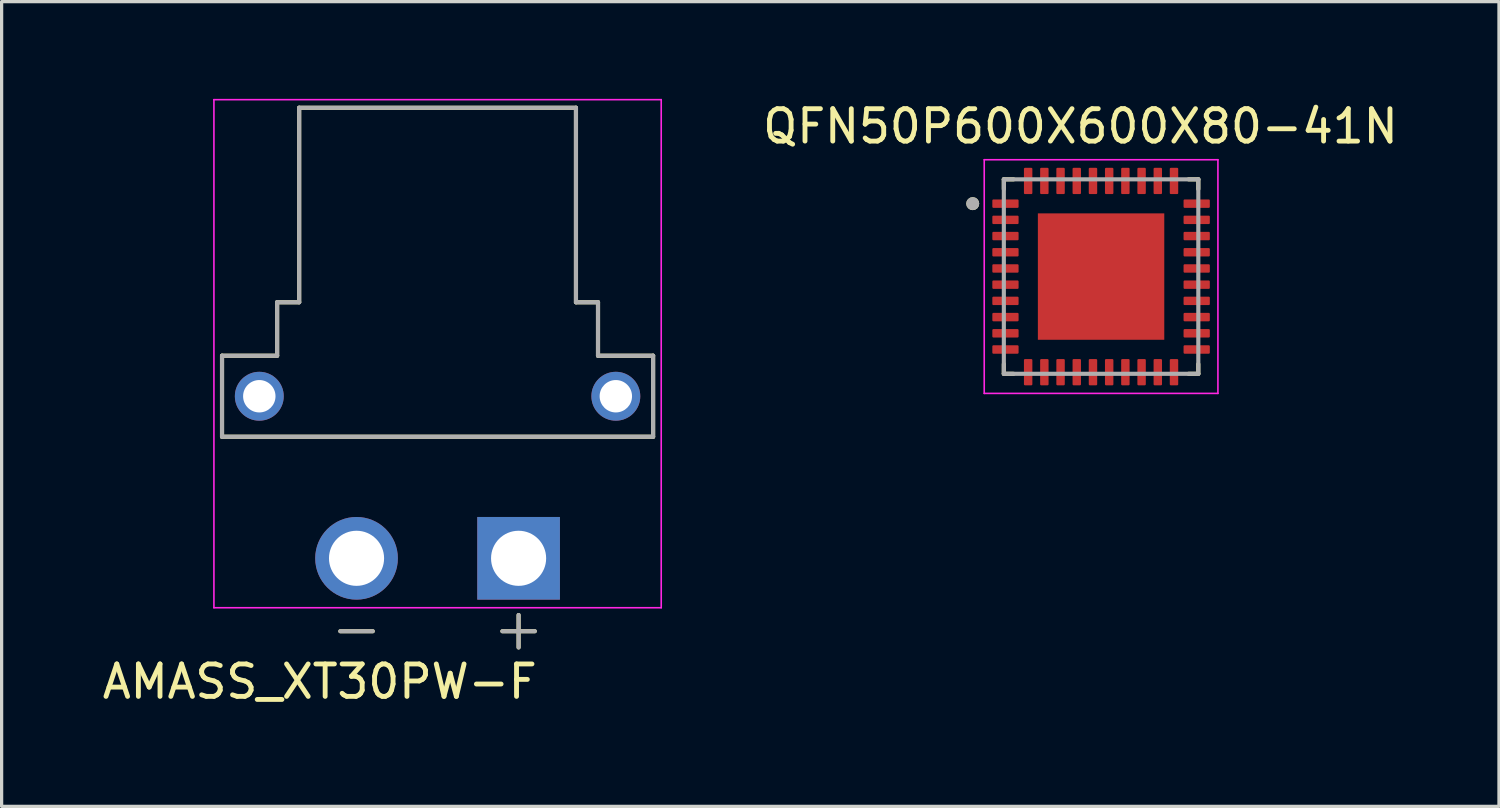
<source format=kicad_pcb>
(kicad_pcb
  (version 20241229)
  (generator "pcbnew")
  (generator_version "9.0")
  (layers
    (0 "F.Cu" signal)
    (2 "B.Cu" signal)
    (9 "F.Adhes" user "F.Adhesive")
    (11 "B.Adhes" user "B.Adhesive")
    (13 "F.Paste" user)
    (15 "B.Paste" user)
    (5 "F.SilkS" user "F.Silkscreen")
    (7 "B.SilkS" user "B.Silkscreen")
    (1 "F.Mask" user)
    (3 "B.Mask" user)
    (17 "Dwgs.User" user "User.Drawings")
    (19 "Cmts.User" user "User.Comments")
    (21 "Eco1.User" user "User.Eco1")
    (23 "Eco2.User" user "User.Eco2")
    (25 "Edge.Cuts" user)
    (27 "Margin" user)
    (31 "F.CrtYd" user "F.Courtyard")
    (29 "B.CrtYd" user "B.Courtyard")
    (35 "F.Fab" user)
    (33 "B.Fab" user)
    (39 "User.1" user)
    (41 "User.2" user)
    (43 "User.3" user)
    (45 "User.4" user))
  (footprint "AMASS_XT30PW-F"
    (layer "F.Cu")
    (at 10.45 9.175)
    (property "Reference" "AMASS_XT30PW-F" (at -3.635 8.805 0) (layer "F.SilkS") (effects (font (size 1 1) (thickness 0.15))))
    (attr through_hole)
    (fp_line (start -6.65 -1.25) (end -4.95 -1.25) (stroke (width 0.127) (type solid)) (layer "F.SilkS"))
    (fp_line (start -6.65 1.25) (end -6.65 -1.25) (stroke (width 0.127) (type solid)) (layer "F.SilkS"))
    (fp_line (start -4.95 -2.9) (end -4.27 -2.9) (stroke (width 0.127) (type solid)) (layer "F.SilkS"))
    (fp_line (start -4.95 -1.25) (end -4.95 -2.9) (stroke (width 0.127) (type solid)) (layer "F.SilkS"))
    (fp_line (start -4.27 -8.9) (end 4.27 -8.9) (stroke (width 0.127) (type solid)) (layer "F.SilkS"))
    (fp_line (start -4.27 -2.9) (end -4.27 -8.9) (stroke (width 0.127) (type solid)) (layer "F.SilkS"))
    (fp_line (start -3 7.25) (end -2 7.25) (stroke (width 0.127) (type solid)) (layer "F.SilkS"))
    (fp_line (start 2 7.25) (end 3 7.25) (stroke (width 0.127) (type solid)) (layer "F.SilkS"))
    (fp_line (start 2.5 6.75) (end 2.5 7.75) (stroke (width 0.127) (type solid)) (layer "F.SilkS"))
    (fp_line (start 4.27 -2.9) (end 4.27 -8.9) (stroke (width 0.127) (type solid)) (layer "F.SilkS"))
    (fp_line (start 4.95 -2.9) (end 4.27 -2.9) (stroke (width 0.127) (type solid)) (layer "F.SilkS"))
    (fp_line (start 4.95 -1.25) (end 4.95 -2.9) (stroke (width 0.127) (type solid)) (layer "F.SilkS"))
    (fp_line (start 6.65 -1.25) (end 4.95 -1.25) (stroke (width 0.127) (type solid)) (layer "F.SilkS"))
    (fp_line (start 6.65 1.25) (end -6.65 1.25) (stroke (width 0.127) (type solid)) (layer "F.SilkS"))
    (fp_line (start 6.65 1.25) (end 6.65 -1.25) (stroke (width 0.127) (type solid)) (layer "F.SilkS"))
    (fp_line (start -6.9 -9.15) (end 6.9 -9.15) (stroke (width 0.05) (type solid)) (layer "F.CrtYd"))
    (fp_line (start -6.9 6.525) (end -6.9 -9.15) (stroke (width 0.05) (type solid)) (layer "F.CrtYd"))
    (fp_line (start 6.9 -9.15) (end 6.9 6.525) (stroke (width 0.05) (type solid)) (layer "F.CrtYd"))
    (fp_line (start 6.9 6.525) (end -6.9 6.525) (stroke (width 0.05) (type solid)) (layer "F.CrtYd"))
    (fp_line (start -6.65 -1.25) (end -4.95 -1.25) (stroke (width 0.127) (type solid)) (layer "F.Fab"))
    (fp_line (start -6.65 1.25) (end -6.65 -1.25) (stroke (width 0.127) (type solid)) (layer "F.Fab"))
    (fp_line (start -4.95 -2.9) (end -4.27 -2.9) (stroke (width 0.127) (type solid)) (layer "F.Fab"))
    (fp_line (start -4.95 -1.25) (end -4.95 -2.9) (stroke (width 0.127) (type solid)) (layer "F.Fab"))
    (fp_line (start -4.27 -8.9) (end 4.27 -8.9) (stroke (width 0.127) (type solid)) (layer "F.Fab"))
    (fp_line (start -4.27 -2.9) (end -4.27 -8.9) (stroke (width 0.127) (type solid)) (layer "F.Fab"))
    (fp_line (start -3 7.25) (end -2 7.25) (stroke (width 0.127) (type solid)) (layer "F.Fab"))
    (fp_line (start 2 7.25) (end 3 7.25) (stroke (width 0.127) (type solid)) (layer "F.Fab"))
    (fp_line (start 2.5 6.75) (end 2.5 7.75) (stroke (width 0.127) (type solid)) (layer "F.Fab"))
    (fp_line (start 4.27 -2.9) (end 4.27 -8.9) (stroke (width 0.127) (type solid)) (layer "F.Fab"))
    (fp_line (start 4.95 -2.9) (end 4.27 -2.9) (stroke (width 0.127) (type solid)) (layer "F.Fab"))
    (fp_line (start 4.95 -1.25) (end 4.95 -2.9) (stroke (width 0.127) (type solid)) (layer "F.Fab"))
    (fp_line (start 6.65 -1.25) (end 4.95 -1.25) (stroke (width 0.127) (type solid)) (layer "F.Fab"))
    (fp_line (start 6.65 1.25) (end -6.65 1.25) (stroke (width 0.127) (type solid)) (layer "F.Fab"))
    (fp_line (start 6.65 1.25) (end 6.65 -1.25) (stroke (width 0.127) (type solid)) (layer "F.Fab"))
    (pad "N" thru_hole circle (at -2.5 5) (size 2.55 2.55) (drill 1.7) (layers "*.Cu" "*.Mask"))
    (pad "P" thru_hole rect (at 2.5 5) (size 2.55 2.55) (drill 1.7) (layers "*.Cu" "*.Mask"))
    (pad "S1" thru_hole circle (at 5.5 0) (size 1.508 1.508) (drill 1) (layers "*.Cu" "*.Mask"))
    (pad "S2" thru_hole circle (at -5.5 0) (size 1.508 1.508) (drill 1) (layers "*.Cu" "*.Mask")))
  (footprint "QFN50P600X600X80-41N"
    (layer "F.Cu")
    (at 30.921 5.483)
    (property "Reference" "QFN50P600X600X80-41N" (at -0.635 -4.635 0) (layer "F.SilkS") (effects (font (size 1 1) (thickness 0.15))))
    (attr smd)
    (fp_line (start -3 -3) (end -3 -2.7) (stroke (width 0.127) (type solid)) (layer "F.SilkS"))
    (fp_line (start -3 -3) (end -2.7 -3) (stroke (width 0.127) (type solid)) (layer "F.SilkS"))
    (fp_line (start -3 3) (end -3 2.7) (stroke (width 0.127) (type solid)) (layer "F.SilkS"))
    (fp_line (start -3 3) (end -2.7 3) (stroke (width 0.127) (type solid)) (layer "F.SilkS"))
    (fp_line (start 3 -3) (end 2.7 -3) (stroke (width 0.127) (type solid)) (layer "F.SilkS"))
    (fp_line (start 3 -3) (end 3 -2.7) (stroke (width 0.127) (type solid)) (layer "F.SilkS"))
    (fp_line (start 3 3) (end 2.7 3) (stroke (width 0.127) (type solid)) (layer "F.SilkS"))
    (fp_line (start 3 3) (end 3 2.7) (stroke (width 0.127) (type solid)) (layer "F.SilkS"))
    (fp_circle (center -3.96 -2.25) (end -3.86 -2.25) (stroke (width 0.2) (type solid)) (fill no) (layer "F.SilkS"))
    (fp_poly (pts (xy -1.23 -1.23) (xy 1.23 -1.23) (xy 1.23 1.23) (xy -1.23 1.23)) (stroke (width 0.01) (type solid)) (fill yes) (layer "F.Paste"))
    (fp_line (start -3.605 -3.605) (end 3.605 -3.605) (stroke (width 0.05) (type solid)) (layer "F.CrtYd"))
    (fp_line (start -3.605 3.605) (end -3.605 -3.605) (stroke (width 0.05) (type solid)) (layer "F.CrtYd"))
    (fp_line (start -3.605 3.605) (end 3.605 3.605) (stroke (width 0.05) (type solid)) (layer "F.CrtYd"))
    (fp_line (start 3.605 3.605) (end 3.605 -3.605) (stroke (width 0.05) (type solid)) (layer "F.CrtYd"))
    (fp_line (start -3 3) (end -3 -3) (stroke (width 0.127) (type solid)) (layer "F.Fab"))
    (fp_line (start 3 -3) (end -3 -3) (stroke (width 0.127) (type solid)) (layer "F.Fab"))
    (fp_line (start 3 3) (end -3 3) (stroke (width 0.127) (type solid)) (layer "F.Fab"))
    (fp_line (start 3 3) (end 3 -3) (stroke (width 0.127) (type solid)) (layer "F.Fab"))
    (fp_circle (center -3.96 -2.25) (end -3.86 -2.25) (stroke (width 0.2) (type solid)) (fill no) (layer "F.Fab"))
    (pad "1" smd roundrect (at -2.95 -2.25) (size 0.81 0.26) (layers "F.Cu" "F.Mask" "F.Paste") (roundrect_rratio 0.125))
    (pad "2" smd roundrect (at -2.95 -1.75) (size 0.81 0.26) (layers "F.Cu" "F.Mask" "F.Paste") (roundrect_rratio 0.125))
    (pad "3" smd roundrect (at -2.95 -1.25) (size 0.81 0.26) (layers "F.Cu" "F.Mask" "F.Paste") (roundrect_rratio 0.125))
    (pad "4" smd roundrect (at -2.95 -0.75) (size 0.81 0.26) (layers "F.Cu" "F.Mask" "F.Paste") (roundrect_rratio 0.125))
    (pad "5" smd roundrect (at -2.95 -0.25) (size 0.81 0.26) (layers "F.Cu" "F.Mask" "F.Paste") (roundrect_rratio 0.125))
    (pad "6" smd roundrect (at -2.95 0.25) (size 0.81 0.26) (layers "F.Cu" "F.Mask" "F.Paste") (roundrect_rratio 0.125))
    (pad "7" smd roundrect (at -2.95 0.75) (size 0.81 0.26) (layers "F.Cu" "F.Mask" "F.Paste") (roundrect_rratio 0.125))
    (pad "8" smd roundrect (at -2.95 1.25) (size 0.81 0.26) (layers "F.Cu" "F.Mask" "F.Paste") (roundrect_rratio 0.125))
    (pad "9" smd roundrect (at -2.95 1.75) (size 0.81 0.26) (layers "F.Cu" "F.Mask" "F.Paste") (roundrect_rratio 0.125))
    (pad "10" smd roundrect (at -2.95 2.25) (size 0.81 0.26) (layers "F.Cu" "F.Mask" "F.Paste") (roundrect_rratio 0.125))
    (pad "11" smd roundrect (at -2.25 2.95) (size 0.26 0.81) (layers "F.Cu" "F.Mask" "F.Paste") (roundrect_rratio 0.125))
    (pad "12" smd roundrect (at -1.75 2.95) (size 0.26 0.81) (layers "F.Cu" "F.Mask" "F.Paste") (roundrect_rratio 0.125))
    (pad "13" smd roundrect (at -1.25 2.95) (size 0.26 0.81) (layers "F.Cu" "F.Mask" "F.Paste") (roundrect_rratio 0.125))
    (pad "14" smd roundrect (at -0.75 2.95) (size 0.26 0.81) (layers "F.Cu" "F.Mask" "F.Paste") (roundrect_rratio 0.125))
    (pad "15" smd roundrect (at -0.25 2.95) (size 0.26 0.81) (layers "F.Cu" "F.Mask" "F.Paste") (roundrect_rratio 0.125))
    (pad "16" smd roundrect (at 0.25 2.95) (size 0.26 0.81) (layers "F.Cu" "F.Mask" "F.Paste") (roundrect_rratio 0.125))
    (pad "17" smd roundrect (at 0.75 2.95) (size 0.26 0.81) (layers "F.Cu" "F.Mask" "F.Paste") (roundrect_rratio 0.125))
    (pad "18" smd roundrect (at 1.25 2.95) (size 0.26 0.81) (layers "F.Cu" "F.Mask" "F.Paste") (roundrect_rratio 0.125))
    (pad "19" smd roundrect (at 1.75 2.95) (size 0.26 0.81) (layers "F.Cu" "F.Mask" "F.Paste") (roundrect_rratio 0.125))
    (pad "20" smd roundrect (at 2.25 2.95) (size 0.26 0.81) (layers "F.Cu" "F.Mask" "F.Paste") (roundrect_rratio 0.125))
    (pad "21" smd roundrect (at 2.95 2.25) (size 0.81 0.26) (layers "F.Cu" "F.Mask" "F.Paste") (roundrect_rratio 0.125))
    (pad "22" smd roundrect (at 2.95 1.75) (size 0.81 0.26) (layers "F.Cu" "F.Mask" "F.Paste") (roundrect_rratio 0.125))
    (pad "23" smd roundrect (at 2.95 1.25) (size 0.81 0.26) (layers "F.Cu" "F.Mask" "F.Paste") (roundrect_rratio 0.125))
    (pad "24" smd roundrect (at 2.95 0.75) (size 0.81 0.26) (layers "F.Cu" "F.Mask" "F.Paste") (roundrect_rratio 0.125))
    (pad "25" smd roundrect (at 2.95 0.25) (size 0.81 0.26) (layers "F.Cu" "F.Mask" "F.Paste") (roundrect_rratio 0.125))
    (pad "26" smd roundrect (at 2.95 -0.25) (size 0.81 0.26) (layers "F.Cu" "F.Mask" "F.Paste") (roundrect_rratio 0.125))
    (pad "27" smd roundrect (at 2.95 -0.75) (size 0.81 0.26) (layers "F.Cu" "F.Mask" "F.Paste") (roundrect_rratio 0.125))
    (pad "28" smd roundrect (at 2.95 -1.25) (size 0.81 0.26) (layers "F.Cu" "F.Mask" "F.Paste") (roundrect_rratio 0.125))
    (pad "29" smd roundrect (at 2.95 -1.75) (size 0.81 0.26) (layers "F.Cu" "F.Mask" "F.Paste") (roundrect_rratio 0.125))
    (pad "30" smd roundrect (at 2.95 -2.25) (size 0.81 0.26) (layers "F.Cu" "F.Mask" "F.Paste") (roundrect_rratio 0.125))
    (pad "31" smd roundrect (at 2.25 -2.95) (size 0.26 0.81) (layers "F.Cu" "F.Mask" "F.Paste") (roundrect_rratio 0.125))
    (pad "32" smd roundrect (at 1.75 -2.95) (size 0.26 0.81) (layers "F.Cu" "F.Mask" "F.Paste") (roundrect_rratio 0.125))
    (pad "33" smd roundrect (at 1.25 -2.95) (size 0.26 0.81) (layers "F.Cu" "F.Mask" "F.Paste") (roundrect_rratio 0.125))
    (pad "34" smd roundrect (at 0.75 -2.95) (size 0.26 0.81) (layers "F.Cu" "F.Mask" "F.Paste") (roundrect_rratio 0.125))
    (pad "35" smd roundrect (at 0.25 -2.95) (size 0.26 0.81) (layers "F.Cu" "F.Mask" "F.Paste") (roundrect_rratio 0.125))
    (pad "36" smd roundrect (at -0.25 -2.95) (size 0.26 0.81) (layers "F.Cu" "F.Mask" "F.Paste") (roundrect_rratio 0.125))
    (pad "37" smd roundrect (at -0.75 -2.95) (size 0.26 0.81) (layers "F.Cu" "F.Mask" "F.Paste") (roundrect_rratio 0.125))
    (pad "38" smd roundrect (at -1.25 -2.95) (size 0.26 0.81) (layers "F.Cu" "F.Mask" "F.Paste") (roundrect_rratio 0.125))
    (pad "39" smd roundrect (at -1.75 -2.95) (size 0.26 0.81) (layers "F.Cu" "F.Mask" "F.Paste") (roundrect_rratio 0.125))
    (pad "40" smd roundrect (at -2.25 -2.95) (size 0.26 0.81) (layers "F.Cu" "F.Mask" "F.Paste") (roundrect_rratio 0.125))
    (pad "41" smd rect (at 0 0) (size 3.9 3.9) (layers "F.Cu" "F.Mask")))
  (gr_rect
    (start -3 -3)
    (end 43.197 21.828)
    (stroke (width 0.1) (type default))
    (fill no)
    (layer "Edge.Cuts")))
</source>
